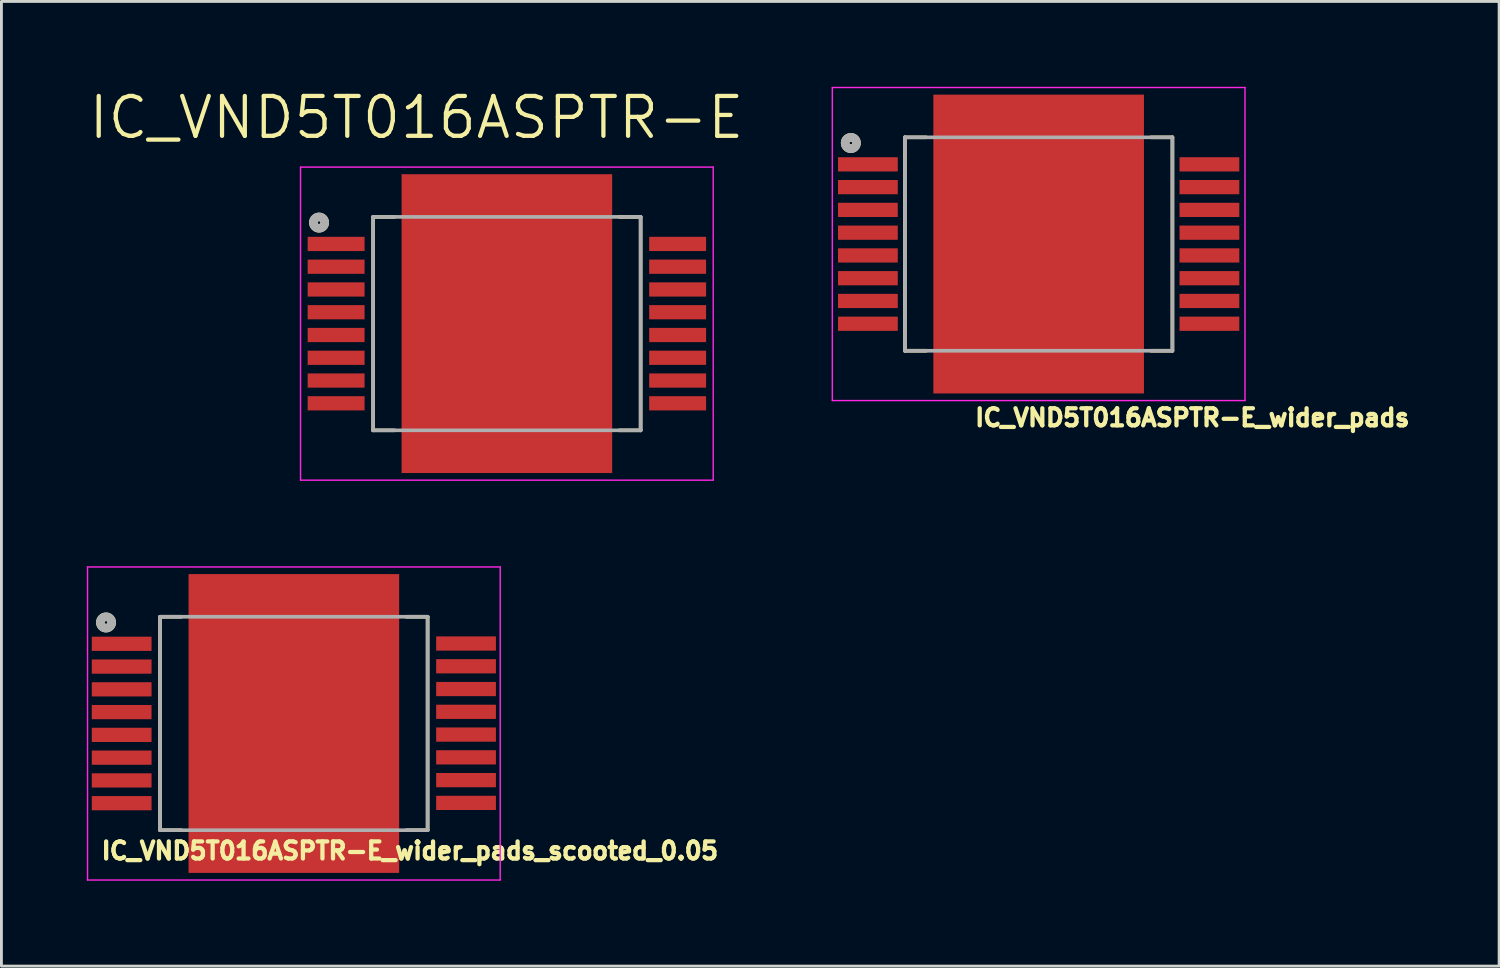
<source format=kicad_pcb>
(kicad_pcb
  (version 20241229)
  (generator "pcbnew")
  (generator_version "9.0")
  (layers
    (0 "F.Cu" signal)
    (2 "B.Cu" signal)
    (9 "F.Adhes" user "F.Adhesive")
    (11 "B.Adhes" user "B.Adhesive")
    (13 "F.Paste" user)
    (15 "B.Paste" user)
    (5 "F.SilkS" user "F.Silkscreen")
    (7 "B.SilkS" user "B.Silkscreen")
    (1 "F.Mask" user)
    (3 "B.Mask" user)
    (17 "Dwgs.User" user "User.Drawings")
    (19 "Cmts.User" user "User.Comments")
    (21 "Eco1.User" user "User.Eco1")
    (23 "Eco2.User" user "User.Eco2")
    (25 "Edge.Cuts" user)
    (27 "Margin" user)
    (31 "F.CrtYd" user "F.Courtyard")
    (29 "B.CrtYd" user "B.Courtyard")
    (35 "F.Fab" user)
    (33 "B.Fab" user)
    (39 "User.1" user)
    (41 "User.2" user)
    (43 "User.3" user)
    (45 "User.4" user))
  (footprint "IC_VND5T016ASPTR-E_wider_pads_scooted_0.05"
    (layer "F.Cu")
    (at 7.275 22.371)
    (property "Reference" "IC_VND5T016ASPTR-E_wider_pads_scooted_0.05" (at 4.076 4.474 180) (layer "F.SilkS") (effects (font (size 0.6 0.6) (thickness 0.15))))
    (attr through_hole)
    (fp_line (start -4.7 -3.75) (end -4.7 3.75) (stroke (width 0.127) (type solid)) (layer "F.SilkS"))
    (fp_line (start -4.7 3.75) (end -3.95 3.75) (stroke (width 0.127) (type solid)) (layer "F.SilkS"))
    (fp_line (start -3.95 -3.75) (end -4.7 -3.75) (stroke (width 0.127) (type solid)) (layer "F.SilkS"))
    (fp_line (start 3.95 -3.75) (end 4.7 -3.75) (stroke (width 0.127) (type solid)) (layer "F.SilkS"))
    (fp_line (start 4.7 -3.75) (end 4.7 3.75) (stroke (width 0.127) (type solid)) (layer "F.SilkS"))
    (fp_line (start 4.7 3.75) (end 3.95 3.75) (stroke (width 0.127) (type solid)) (layer "F.SilkS"))
    (fp_circle (center -6.6 -3.55) (end -6.55 -3.55) (stroke (width 0.3) (type solid)) (fill no) (layer "F.SilkS"))
    (fp_poly (pts (xy -3.321 -2.34) (xy 3.321 -2.34) (xy 3.321 2.34) (xy -3.321 2.34)) (stroke (width 0.01) (type solid)) (fill yes) (layer "F.Paste"))
    (fp_line (start -7.25 -5.5) (end 7.25 -5.5) (stroke (width 0.05) (type solid)) (layer "F.CrtYd"))
    (fp_line (start -7.25 5.5) (end -7.25 -5.5) (stroke (width 0.05) (type solid)) (layer "F.CrtYd"))
    (fp_line (start 7.25 -5.5) (end 7.25 5.5) (stroke (width 0.05) (type solid)) (layer "F.CrtYd"))
    (fp_line (start 7.25 5.5) (end -7.25 5.5) (stroke (width 0.05) (type solid)) (layer "F.CrtYd"))
    (fp_line (start -4.7 -3.75) (end 4.7 -3.75) (stroke (width 0.127) (type solid)) (layer "F.Fab"))
    (fp_line (start -4.7 3.75) (end -4.7 -3.75) (stroke (width 0.127) (type solid)) (layer "F.Fab"))
    (fp_line (start 4.7 -3.75) (end 4.7 3.75) (stroke (width 0.127) (type solid)) (layer "F.Fab"))
    (fp_line (start 4.7 3.75) (end -4.7 3.75) (stroke (width 0.127) (type solid)) (layer "F.Fab"))
    (fp_circle (center -6.6 -3.55) (end -6.55 -3.55) (stroke (width 0.3) (type solid)) (fill no) (layer "F.Fab"))
    (pad "1" smd rect (at -6.05 -2.8) (size 2.1 0.5) (layers "F.Cu" "F.Mask" "F.Paste"))
    (pad "2" smd rect (at -6.05 -2) (size 2.1 0.5) (layers "F.Cu" "F.Mask" "F.Paste"))
    (pad "3" smd rect (at -6.05 -1.2) (size 2.1 0.5) (layers "F.Cu" "F.Mask" "F.Paste"))
    (pad "4" smd rect (at -6.05 -0.4) (size 2.1 0.5) (layers "F.Cu" "F.Mask" "F.Paste"))
    (pad "5" smd rect (at -6.05 0.4) (size 2.1 0.5) (layers "F.Cu" "F.Mask" "F.Paste"))
    (pad "6" smd rect (at -6.05 1.2) (size 2.1 0.5) (layers "F.Cu" "F.Mask" "F.Paste"))
    (pad "7" smd rect (at -6.05 2) (size 2.1 0.5) (layers "F.Cu" "F.Mask" "F.Paste"))
    (pad "8" smd rect (at -6.05 2.8) (size 2.1 0.5) (layers "F.Cu" "F.Mask" "F.Paste"))
    (pad "9" smd rect (at 6.05 2.79) (size 2.1 0.5) (layers "F.Cu" "F.Mask" "F.Paste"))
    (pad "10" smd rect (at 6.05 1.99) (size 2.1 0.5) (layers "F.Cu" "F.Mask" "F.Paste"))
    (pad "11" smd rect (at 6.05 1.19) (size 2.1 0.5) (layers "F.Cu" "F.Mask" "F.Paste"))
    (pad "12" smd rect (at 6.05 0.39) (size 2.1 0.5) (layers "F.Cu" "F.Mask" "F.Paste"))
    (pad "13" smd rect (at 6.05 -0.41) (size 2.1 0.5) (layers "F.Cu" "F.Mask" "F.Paste"))
    (pad "14" smd rect (at 6.05 -1.21) (size 2.1 0.5) (layers "F.Cu" "F.Mask" "F.Paste"))
    (pad "15" smd rect (at 6.05 -2.01) (size 2.1 0.5) (layers "F.Cu" "F.Mask" "F.Paste"))
    (pad "16" smd rect (at 6.05 -2.81) (size 2.1 0.5) (layers "F.Cu" "F.Mask" "F.Paste"))
    (pad "17" smd rect (at 0 0 270) (size 10.5 7.4) (layers "F.Cu" "F.Mask")))
  (footprint "IC_VND5T016ASPTR-E"
    (layer "F.Cu")
    (at 14.76 8.321)
    (property "Reference" "IC_VND5T016ASPTR-E" (at -3.175 -7.239 0) (layer "F.SilkS") (effects (font (size 1.4 1.4) (thickness 0.15))))
    (attr through_hole)
    (fp_line (start -4.7 -3.75) (end -4.7 3.75) (stroke (width 0.127) (type solid)) (layer "F.SilkS"))
    (fp_line (start -4.7 3.75) (end -3.95 3.75) (stroke (width 0.127) (type solid)) (layer "F.SilkS"))
    (fp_line (start -3.95 -3.75) (end -4.7 -3.75) (stroke (width 0.127) (type solid)) (layer "F.SilkS"))
    (fp_line (start 3.95 -3.75) (end 4.7 -3.75) (stroke (width 0.127) (type solid)) (layer "F.SilkS"))
    (fp_line (start 4.7 -3.75) (end 4.7 3.75) (stroke (width 0.127) (type solid)) (layer "F.SilkS"))
    (fp_line (start 4.7 3.75) (end 3.95 3.75) (stroke (width 0.127) (type solid)) (layer "F.SilkS"))
    (fp_circle (center -6.6 -3.55) (end -6.55 -3.55) (stroke (width 0.3) (type solid)) (fill no) (layer "F.SilkS"))
    (fp_poly (pts (xy -3.321 -2.34) (xy 3.321 -2.34) (xy 3.321 2.34) (xy -3.321 2.34)) (stroke (width 0.01) (type solid)) (fill yes) (layer "F.Paste"))
    (fp_line (start -7.25 -5.5) (end 7.25 -5.5) (stroke (width 0.05) (type solid)) (layer "F.CrtYd"))
    (fp_line (start -7.25 5.5) (end -7.25 -5.5) (stroke (width 0.05) (type solid)) (layer "F.CrtYd"))
    (fp_line (start 7.25 -5.5) (end 7.25 5.5) (stroke (width 0.05) (type solid)) (layer "F.CrtYd"))
    (fp_line (start 7.25 5.5) (end -7.25 5.5) (stroke (width 0.05) (type solid)) (layer "F.CrtYd"))
    (fp_line (start -4.7 -3.75) (end 4.7 -3.75) (stroke (width 0.127) (type solid)) (layer "F.Fab"))
    (fp_line (start -4.7 3.75) (end -4.7 -3.75) (stroke (width 0.127) (type solid)) (layer "F.Fab"))
    (fp_line (start 4.7 -3.75) (end 4.7 3.75) (stroke (width 0.127) (type solid)) (layer "F.Fab"))
    (fp_line (start 4.7 3.75) (end -4.7 3.75) (stroke (width 0.127) (type solid)) (layer "F.Fab"))
    (fp_circle (center -6.6 -3.55) (end -6.55 -3.55) (stroke (width 0.3) (type solid)) (fill no) (layer "F.Fab"))
    (pad "1" smd rect (at -6 -2.8) (size 2 0.5) (layers "F.Cu" "F.Mask" "F.Paste"))
    (pad "2" smd rect (at -6 -2) (size 2 0.5) (layers "F.Cu" "F.Mask" "F.Paste"))
    (pad "3" smd rect (at -6 -1.2) (size 2 0.5) (layers "F.Cu" "F.Mask" "F.Paste"))
    (pad "4" smd rect (at -6 -0.4) (size 2 0.5) (layers "F.Cu" "F.Mask" "F.Paste"))
    (pad "5" smd rect (at -6 0.4) (size 2 0.5) (layers "F.Cu" "F.Mask" "F.Paste"))
    (pad "6" smd rect (at -6 1.2) (size 2 0.5) (layers "F.Cu" "F.Mask" "F.Paste"))
    (pad "7" smd rect (at -6 2) (size 2 0.5) (layers "F.Cu" "F.Mask" "F.Paste"))
    (pad "8" smd rect (at -6 2.8) (size 2 0.5) (layers "F.Cu" "F.Mask" "F.Paste"))
    (pad "9" smd rect (at 6 2.8) (size 2 0.5) (layers "F.Cu" "F.Mask" "F.Paste"))
    (pad "10" smd rect (at 6 2) (size 2 0.5) (layers "F.Cu" "F.Mask" "F.Paste"))
    (pad "11" smd rect (at 6 1.2) (size 2 0.5) (layers "F.Cu" "F.Mask" "F.Paste"))
    (pad "12" smd rect (at 6 0.4) (size 2 0.5) (layers "F.Cu" "F.Mask" "F.Paste"))
    (pad "13" smd rect (at 6 -0.4) (size 2 0.5) (layers "F.Cu" "F.Mask" "F.Paste"))
    (pad "14" smd rect (at 6 -1.2) (size 2 0.5) (layers "F.Cu" "F.Mask" "F.Paste"))
    (pad "15" smd rect (at 6 -2) (size 2 0.5) (layers "F.Cu" "F.Mask" "F.Paste"))
    (pad "16" smd rect (at 6 -2.8) (size 2 0.5) (layers "F.Cu" "F.Mask" "F.Paste"))
    (pad "17" smd rect (at 0 0 270) (size 10.5 7.4) (layers "F.Cu" "F.Mask")))
  (footprint "IC_VND5T016ASPTR-E_wider_pads"
    (layer "F.Cu")
    (at 33.445 5.525)
    (property "Reference" "IC_VND5T016ASPTR-E_wider_pads" (at 5.4 6.1 180) (layer "F.SilkS") (effects (font (size 0.6 0.6) (thickness 0.15))))
    (attr through_hole)
    (fp_line (start -4.7 -3.75) (end -4.7 3.75) (stroke (width 0.127) (type solid)) (layer "F.SilkS"))
    (fp_line (start -4.7 3.75) (end -3.95 3.75) (stroke (width 0.127) (type solid)) (layer "F.SilkS"))
    (fp_line (start -3.95 -3.75) (end -4.7 -3.75) (stroke (width 0.127) (type solid)) (layer "F.SilkS"))
    (fp_line (start 3.95 -3.75) (end 4.7 -3.75) (stroke (width 0.127) (type solid)) (layer "F.SilkS"))
    (fp_line (start 4.7 -3.75) (end 4.7 3.75) (stroke (width 0.127) (type solid)) (layer "F.SilkS"))
    (fp_line (start 4.7 3.75) (end 3.95 3.75) (stroke (width 0.127) (type solid)) (layer "F.SilkS"))
    (fp_circle (center -6.6 -3.55) (end -6.55 -3.55) (stroke (width 0.3) (type solid)) (fill no) (layer "F.SilkS"))
    (fp_poly (pts (xy -3.321 -2.34) (xy 3.321 -2.34) (xy 3.321 2.34) (xy -3.321 2.34)) (stroke (width 0.01) (type solid)) (fill yes) (layer "F.Paste"))
    (fp_line (start -7.25 -5.5) (end 7.25 -5.5) (stroke (width 0.05) (type solid)) (layer "F.CrtYd"))
    (fp_line (start -7.25 5.5) (end -7.25 -5.5) (stroke (width 0.05) (type solid)) (layer "F.CrtYd"))
    (fp_line (start 7.25 -5.5) (end 7.25 5.5) (stroke (width 0.05) (type solid)) (layer "F.CrtYd"))
    (fp_line (start 7.25 5.5) (end -7.25 5.5) (stroke (width 0.05) (type solid)) (layer "F.CrtYd"))
    (fp_line (start -4.7 -3.75) (end 4.7 -3.75) (stroke (width 0.127) (type solid)) (layer "F.Fab"))
    (fp_line (start -4.7 3.75) (end -4.7 -3.75) (stroke (width 0.127) (type solid)) (layer "F.Fab"))
    (fp_line (start 4.7 -3.75) (end 4.7 3.75) (stroke (width 0.127) (type solid)) (layer "F.Fab"))
    (fp_line (start 4.7 3.75) (end -4.7 3.75) (stroke (width 0.127) (type solid)) (layer "F.Fab"))
    (fp_circle (center -6.6 -3.55) (end -6.55 -3.55) (stroke (width 0.3) (type solid)) (fill no) (layer "F.Fab"))
    (pad "1" smd rect (at -6 -2.8) (size 2.1 0.5) (layers "F.Cu" "F.Mask" "F.Paste"))
    (pad "2" smd rect (at -6 -2) (size 2.1 0.5) (layers "F.Cu" "F.Mask" "F.Paste"))
    (pad "3" smd rect (at -6 -1.2) (size 2.1 0.5) (layers "F.Cu" "F.Mask" "F.Paste"))
    (pad "4" smd rect (at -6 -0.4) (size 2.1 0.5) (layers "F.Cu" "F.Mask" "F.Paste"))
    (pad "5" smd rect (at -6 0.4) (size 2.1 0.5) (layers "F.Cu" "F.Mask" "F.Paste"))
    (pad "6" smd rect (at -6 1.2) (size 2.1 0.5) (layers "F.Cu" "F.Mask" "F.Paste"))
    (pad "7" smd rect (at -6 2) (size 2.1 0.5) (layers "F.Cu" "F.Mask" "F.Paste"))
    (pad "8" smd rect (at -6 2.8) (size 2.1 0.5) (layers "F.Cu" "F.Mask" "F.Paste"))
    (pad "9" smd rect (at 6 2.8) (size 2.1 0.5) (layers "F.Cu" "F.Mask" "F.Paste"))
    (pad "10" smd rect (at 6 2) (size 2.1 0.5) (layers "F.Cu" "F.Mask" "F.Paste"))
    (pad "11" smd rect (at 6 1.2) (size 2.1 0.5) (layers "F.Cu" "F.Mask" "F.Paste"))
    (pad "12" smd rect (at 6 0.4) (size 2.1 0.5) (layers "F.Cu" "F.Mask" "F.Paste"))
    (pad "13" smd rect (at 6 -0.4) (size 2.1 0.5) (layers "F.Cu" "F.Mask" "F.Paste"))
    (pad "14" smd rect (at 6 -1.2) (size 2.1 0.5) (layers "F.Cu" "F.Mask" "F.Paste"))
    (pad "15" smd rect (at 6 -2) (size 2.1 0.5) (layers "F.Cu" "F.Mask" "F.Paste"))
    (pad "16" smd rect (at 6 -2.8) (size 2.1 0.5) (layers "F.Cu" "F.Mask" "F.Paste"))
    (pad "17" smd rect (at 0 0 270) (size 10.5 7.4) (layers "F.Cu" "F.Mask")))
  (gr_rect
    (start -3 -3)
    (end 49.624 30.896)
    (stroke (width 0.1) (type default))
    (fill no)
    (layer "Edge.Cuts")))
</source>
